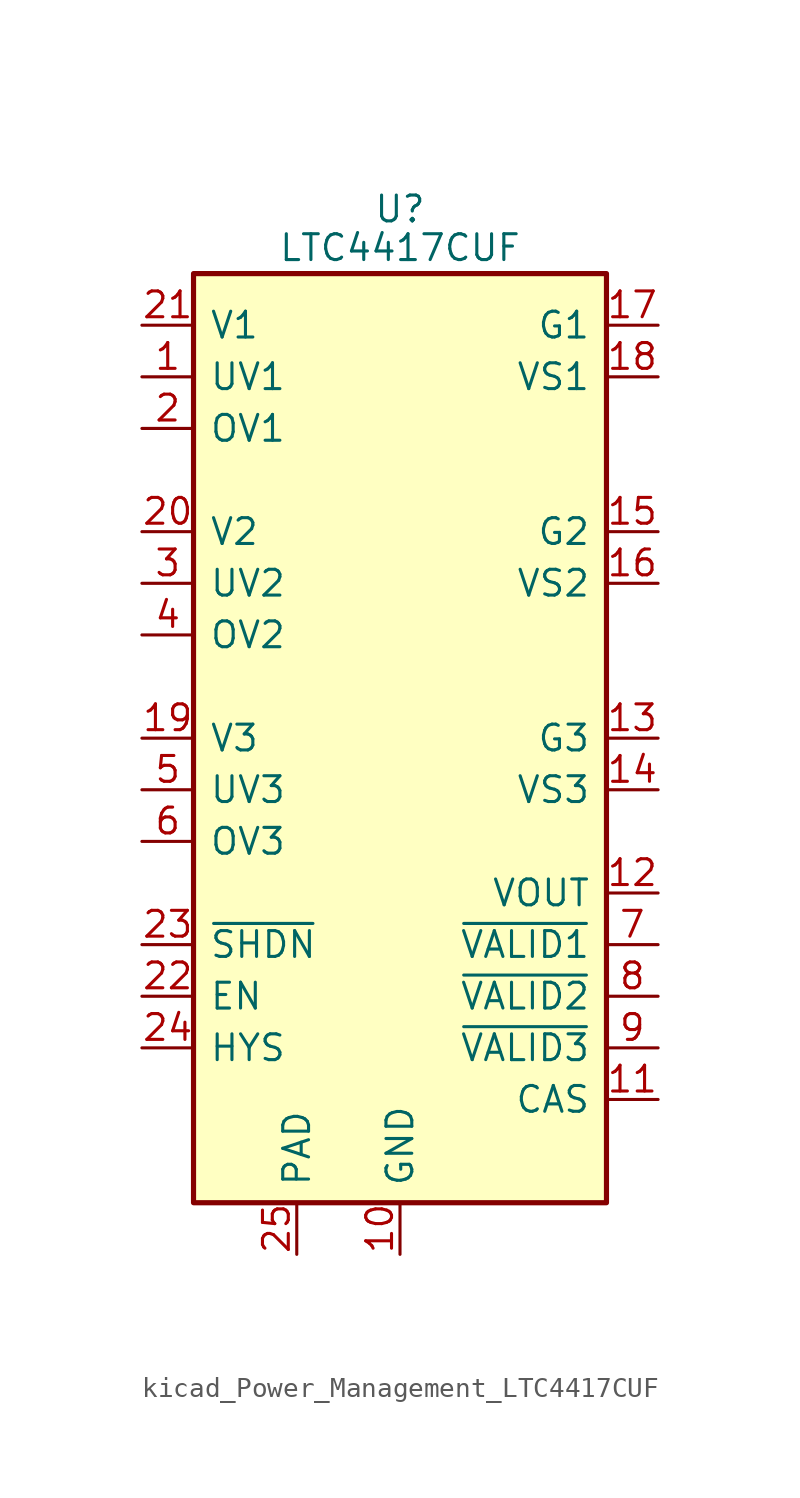
<source format=kicad_sym>
(kicad_symbol_lib
  (version 20220914)
  (generator kicad_symbol_editor)
  (symbol "kicad_Power_Management_LTC4417CUF"
    (pin_names
      (offset 0.762))
    (property "Reference" "U"
      (at 0 26.035 0)
      (effects (font (size 1.27 1.27))))
    (property "Value" "LTC4417CUF"
      (at 0 24.13 0)
      (effects (font (size 1.27 1.27))))
    (symbol "kicad_Power_Management_LTC4417CUF_0_1"
      (rectangle (start -10.16 22.86) (end 10.16 -22.86) (stroke (width 0.254) (type default)) (fill (type background))))
    (symbol "kicad_Power_Management_LTC4417CUF_1_1"
      (pin input line (at -12.7 17.78 0) (length 2.54) (name "UV1" (effects (font (size 1.27 1.27)))) (number "1" (effects (font (size 1.27 1.27)))))
      (pin power_in line (at 0 -25.4 90) (length 2.54) (name "GND" (effects (font (size 1.27 1.27)))) (number "10" (effects (font (size 1.27 1.27)))))
      (pin output line (at 12.7 -17.78 180) (length 2.54) (name "CAS" (effects (font (size 1.27 1.27)))) (number "11" (effects (font (size 1.27 1.27)))))
      (pin output line (at 12.7 -7.62 180) (length 2.54) (name "VOUT" (effects (font (size 1.27 1.27)))) (number "12" (effects (font (size 1.27 1.27)))))
      (pin output line (at 12.7 0 180) (length 2.54) (name "G3" (effects (font (size 1.27 1.27)))) (number "13" (effects (font (size 1.27 1.27)))))
      (pin output line (at 12.7 -2.54 180) (length 2.54) (name "VS3" (effects (font (size 1.27 1.27)))) (number "14" (effects (font (size 1.27 1.27)))))
      (pin output line (at 12.7 10.16 180) (length 2.54) (name "G2" (effects (font (size 1.27 1.27)))) (number "15" (effects (font (size 1.27 1.27)))))
      (pin output line (at 12.7 7.62 180) (length 2.54) (name "VS2" (effects (font (size 1.27 1.27)))) (number "16" (effects (font (size 1.27 1.27)))))
      (pin output line (at 12.7 20.32 180) (length 2.54) (name "G1" (effects (font (size 1.27 1.27)))) (number "17" (effects (font (size 1.27 1.27)))))
      (pin output line (at 12.7 17.78 180) (length 2.54) (name "VS1" (effects (font (size 1.27 1.27)))) (number "18" (effects (font (size 1.27 1.27)))))
      (pin input line (at -12.7 0 0) (length 2.54) (name "V3" (effects (font (size 1.27 1.27)))) (number "19" (effects (font (size 1.27 1.27)))))
      (pin input line (at -12.7 15.24 0) (length 2.54) (name "OV1" (effects (font (size 1.27 1.27)))) (number "2" (effects (font (size 1.27 1.27)))))
      (pin input line (at -12.7 10.16 0) (length 2.54) (name "V2" (effects (font (size 1.27 1.27)))) (number "20" (effects (font (size 1.27 1.27)))))
      (pin input line (at -12.7 20.32 0) (length 2.54) (name "V1" (effects (font (size 1.27 1.27)))) (number "21" (effects (font (size 1.27 1.27)))))
      (pin input line (at -12.7 -12.7 0) (length 2.54) (name "EN" (effects (font (size 1.27 1.27)))) (number "22" (effects (font (size 1.27 1.27)))))
      (pin input line (at -12.7 -10.16 0) (length 2.54) (name "~{SHDN}" (effects (font (size 1.27 1.27)))) (number "23" (effects (font (size 1.27 1.27)))))
      (pin input line (at -12.7 -15.24 0) (length 2.54) (name "HYS" (effects (font (size 1.27 1.27)))) (number "24" (effects (font (size 1.27 1.27)))))
      (pin power_in line (at -5.08 -25.4 90) (length 2.54) (name "PAD" (effects (font (size 1.27 1.27)))) (number "25" (effects (font (size 1.27 1.27)))))
      (pin input line (at -12.7 7.62 0) (length 2.54) (name "UV2" (effects (font (size 1.27 1.27)))) (number "3" (effects (font (size 1.27 1.27)))))
      (pin input line (at -12.7 5.08 0) (length 2.54) (name "OV2" (effects (font (size 1.27 1.27)))) (number "4" (effects (font (size 1.27 1.27)))))
      (pin input line (at -12.7 -2.54 0) (length 2.54) (name "UV3" (effects (font (size 1.27 1.27)))) (number "5" (effects (font (size 1.27 1.27)))))
      (pin input line (at -12.7 -5.08 0) (length 2.54) (name "OV3" (effects (font (size 1.27 1.27)))) (number "6" (effects (font (size 1.27 1.27)))))
      (pin open_collector line (at 12.7 -10.16 180) (length 2.54) (name "~{VALID1}" (effects (font (size 1.27 1.27)))) (number "7" (effects (font (size 1.27 1.27)))))
      (pin open_collector line (at 12.7 -12.7 180) (length 2.54) (name "~{VALID2}" (effects (font (size 1.27 1.27)))) (number "8" (effects (font (size 1.27 1.27)))))
      (pin open_collector line (at 12.7 -15.24 180) (length 2.54) (name "~{VALID3}" (effects (font (size 1.27 1.27)))) (number "9" (effects (font (size 1.27 1.27))))))))
</source>
